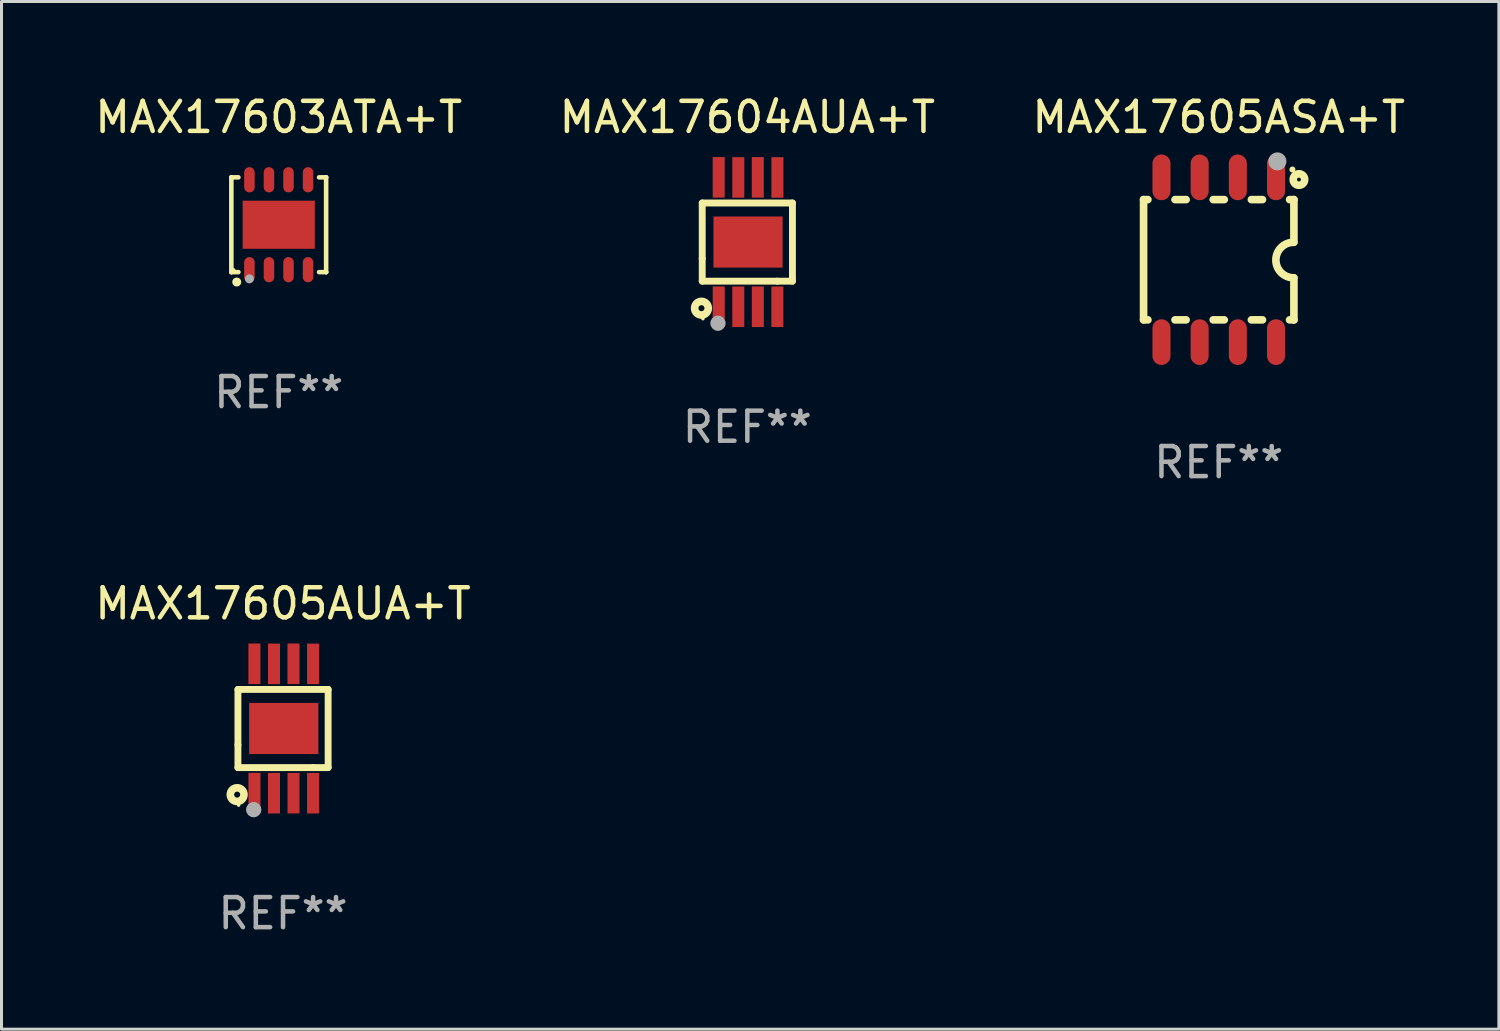
<source format=kicad_pcb>
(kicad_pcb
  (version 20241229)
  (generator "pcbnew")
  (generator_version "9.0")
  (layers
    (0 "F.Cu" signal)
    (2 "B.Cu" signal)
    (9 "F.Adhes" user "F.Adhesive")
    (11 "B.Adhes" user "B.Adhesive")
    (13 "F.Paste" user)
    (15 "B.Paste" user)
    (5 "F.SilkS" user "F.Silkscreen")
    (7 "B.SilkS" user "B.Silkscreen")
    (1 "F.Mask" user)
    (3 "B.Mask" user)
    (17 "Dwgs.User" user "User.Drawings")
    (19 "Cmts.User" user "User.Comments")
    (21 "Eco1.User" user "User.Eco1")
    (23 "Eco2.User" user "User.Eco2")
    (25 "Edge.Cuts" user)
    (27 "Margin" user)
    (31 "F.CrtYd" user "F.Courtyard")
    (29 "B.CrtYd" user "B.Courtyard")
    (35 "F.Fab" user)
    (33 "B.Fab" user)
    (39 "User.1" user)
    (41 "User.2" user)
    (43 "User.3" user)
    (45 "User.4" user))
  (footprint "MAX17605ASA+T"
    (layer "F.Cu")
    (at 37.482 5.588)
    (property "Reference" "MAX17605ASA+T" (at 0 -4.74 0) (layer "F.SilkS") (effects (font (size 1 1) (thickness 0.15))))
    (attr through_hole)
    (fp_line (start -2.5 2) (end -2.5 -2) (stroke (width 0.254) (type solid)) (layer "F.SilkS"))
    (fp_line (start -2.356 -2) (end -2.5 -2) (stroke (width 0.254) (type solid)) (layer "F.SilkS"))
    (fp_line (start -2.356 2) (end -2.5 2) (stroke (width 0.254) (type solid)) (layer "F.SilkS"))
    (fp_line (start -1.086 -2) (end -1.454 -2) (stroke (width 0.254) (type solid)) (layer "F.SilkS"))
    (fp_line (start -1.086 2) (end -1.454 2) (stroke (width 0.254) (type solid)) (layer "F.SilkS"))
    (fp_line (start 0.184 -2) (end -0.184 -2) (stroke (width 0.254) (type solid)) (layer "F.SilkS"))
    (fp_line (start 0.184 2) (end -0.184 2) (stroke (width 0.254) (type solid)) (layer "F.SilkS"))
    (fp_line (start 1.454 -2) (end 1.086 -2) (stroke (width 0.254) (type solid)) (layer "F.SilkS"))
    (fp_line (start 1.454 2) (end 1.086 2) (stroke (width 0.254) (type solid)) (layer "F.SilkS"))
    (fp_line (start 2.5 -2) (end 2.356 -2) (stroke (width 0.254) (type solid)) (layer "F.SilkS"))
    (fp_line (start 2.5 -0.58) (end 2.5 -2) (stroke (width 0.254) (type solid)) (layer "F.SilkS"))
    (fp_line (start 2.5 2) (end 2.356 2) (stroke (width 0.254) (type solid)) (layer "F.SilkS"))
    (fp_line (start 2.5 2) (end 2.5 0.6) (stroke (width 0.254) (type solid)) (layer "F.SilkS"))
    (fp_arc (start 2.489992 0.600051) (mid 1.901674 0.010046) (end 2.489992 -0.579959) (stroke (width 0.254001) (type solid)) (layer "F.SilkS"))
    (fp_circle (center 2.45 -3) (end 2.5 -3) (stroke (width 0.1) (type solid)) (fill no) (layer "F.SilkS"))
    (fp_circle (center 2.667 -2.667) (end 2.858 -2.667) (stroke (width 0.254) (type solid)) (fill no) (layer "F.SilkS"))
    (fp_circle (center 1.95 -3.27) (end 2.1 -3.27) (stroke (width 0.3) (type solid)) (fill no) (layer "F.Fab"))
    (fp_text user "REF**" (at 0 6.74 0) (layer "F.Fab") (effects (font (size 1 1) (thickness 0.15))))
    (pad "1" smd oval (at 1.905 -2.74) (size 0.6 1.52) (layers "F.Cu" "F.Mask" "F.Paste"))
    (pad "2" smd oval (at 0.635 -2.74) (size 0.6 1.52) (layers "F.Cu" "F.Mask" "F.Paste"))
    (pad "3" smd oval (at -0.635 -2.74) (size 0.6 1.52) (layers "F.Cu" "F.Mask" "F.Paste"))
    (pad "4" smd oval (at -1.905 -2.74) (size 0.6 1.52) (layers "F.Cu" "F.Mask" "F.Paste"))
    (pad "5" smd oval (at -1.905 2.74) (size 0.6 1.52) (layers "F.Cu" "F.Mask" "F.Paste"))
    (pad "6" smd oval (at -0.635 2.74) (size 0.6 1.52) (layers "F.Cu" "F.Mask" "F.Paste"))
    (pad "7" smd oval (at 0.635 2.74) (size 0.6 1.52) (layers "F.Cu" "F.Mask" "F.Paste"))
    (pad "8" smd oval (at 1.905 2.74) (size 0.6 1.52) (layers "F.Cu" "F.Mask" "F.Paste")))
  (footprint "MAX17605AUA+T"
    (layer "F.Cu")
    (at 6.363 21.177)
    (property "Reference" "MAX17605AUA+T" (at 0 -4.152 0) (layer "F.SilkS") (effects (font (size 1 1) (thickness 0.15))))
    (attr through_hole)
    (fp_line (start -1.5 1.301) (end 1 1.301) (stroke (width 0.229) (type solid)) (layer "F.SilkS"))
    (fp_line (start -1.5 -1.299) (end -1.5 0.551) (stroke (width 0.229) (type solid)) (layer "F.SilkS"))
    (fp_line (start -1.5 0.551) (end -1.5 1.301) (stroke (width 0.229) (type solid)) (layer "F.SilkS"))
    (fp_line (start 1 1.301) (end 1.5 1.301) (stroke (width 0.229) (type solid)) (layer "F.SilkS"))
    (fp_line (start 1.5 1.301) (end 1.5 -1.299) (stroke (width 0.229) (type solid)) (layer "F.SilkS"))
    (fp_line (start 1.5 -1.299) (end -1.5 -1.299) (stroke (width 0.229) (type solid)) (layer "F.SilkS"))
    (fp_circle (center -1.526 2.2) (end -1.426 2.2) (stroke (width 0.254) (type solid)) (fill no) (layer "F.SilkS"))
    (fp_circle (center -1.476 2.55) (end -1.446 2.55) (stroke (width 0.06) (type solid)) (fill no) (layer "F.SilkS"))
    (fp_circle (center -0.976 2.7) (end -0.849 2.7) (stroke (width 0.254) (type solid)) (fill no) (layer "F.Fab"))
    (fp_text user "REF**" (at 0 6.152 0) (layer "F.Fab") (effects (font (size 1 1) (thickness 0.15))))
    (pad "1" smd rect (at -0.951 2.15) (size 0.4 1.349) (layers "F.Cu" "F.Mask" "F.Paste"))
    (pad "2" smd rect (at -0.301 2.152) (size 0.4 1.349) (layers "F.Cu" "F.Mask" "F.Paste"))
    (pad "3" smd rect (at 0.349 2.151) (size 0.4 1.349) (layers "F.Cu" "F.Mask" "F.Paste"))
    (pad "4" smd rect (at 0.999 2.152) (size 0.4 1.349) (layers "F.Cu" "F.Mask" "F.Paste"))
    (pad "5" smd rect (at 1 -2.149) (size 0.4 1.349) (layers "F.Cu" "F.Mask" "F.Paste"))
    (pad "6" smd rect (at 0.348 -2.152) (size 0.4 1.349) (layers "F.Cu" "F.Mask" "F.Paste"))
    (pad "7" smd rect (at -0.3 -2.149) (size 0.4 1.349) (layers "F.Cu" "F.Mask" "F.Paste"))
    (pad "8" smd rect (at -0.952 -2.152) (size 0.4 1.349) (layers "F.Cu" "F.Mask" "F.Paste"))
    (pad "9" smd rect (at 0.024 0 90) (size 1.7 2.3) (layers "F.Cu" "F.Mask" "F.Paste")))
  (footprint "MAX17603ATA+T"
    (layer "F.Cu")
    (at 6.22 4.424)
    (property "Reference" "MAX17603ATA+T" (at 0 -3.576 0) (layer "F.SilkS") (effects (font (size 1 1) (thickness 0.15))))
    (attr through_hole)
    (fp_line (start -1.576 -1.576) (end -1.576 -1.576) (stroke (width 0.152) (type solid)) (layer "F.SilkS"))
    (fp_line (start -1.576 -1.576) (end -1.341 -1.576) (stroke (width 0.152) (type solid)) (layer "F.SilkS"))
    (fp_line (start -1.576 1.576) (end -1.576 -1.576) (stroke (width 0.152) (type solid)) (layer "F.SilkS"))
    (fp_line (start -1.576 1.576) (end -1.576 1.576) (stroke (width 0.152) (type solid)) (layer "F.SilkS"))
    (fp_line (start -1.341 1.576) (end -1.576 1.576) (stroke (width 0.152) (type solid)) (layer "F.SilkS"))
    (fp_line (start 1.341 1.576) (end 1.576 1.576) (stroke (width 0.152) (type solid)) (layer "F.SilkS"))
    (fp_line (start 1.576 -1.576) (end 1.341 -1.576) (stroke (width 0.152) (type solid)) (layer "F.SilkS"))
    (fp_line (start 1.576 -1.576) (end 1.576 -1.576) (stroke (width 0.152) (type solid)) (layer "F.SilkS"))
    (fp_line (start 1.576 1.576) (end 1.576 -1.576) (stroke (width 0.152) (type solid)) (layer "F.SilkS"))
    (fp_line (start 1.576 1.576) (end 1.576 1.576) (stroke (width 0.152) (type solid)) (layer "F.SilkS"))
    (fp_circle (center -1.5 1.5) (end -1.47 1.5) (stroke (width 0.06) (type solid)) (fill no) (layer "F.SilkS"))
    (fp_circle (center -1.397 1.905) (end -1.322 1.905) (stroke (width 0.15) (type solid)) (fill no) (layer "F.SilkS"))
    (fp_circle (center -0.975 1.8) (end -0.9 1.8) (stroke (width 0.15) (type solid)) (fill no) (layer "F.Fab"))
    (fp_text user "REF**" (at 0 5.576 0) (layer "F.Fab") (effects (font (size 1 1) (thickness 0.15))))
    (pad "1" smd oval (at -0.975 1.495) (size 0.35 0.84) (layers "F.Cu" "F.Mask" "F.Paste"))
    (pad "2" smd oval (at -0.325 1.495) (size 0.35 0.84) (layers "F.Cu" "F.Mask" "F.Paste"))
    (pad "3" smd oval (at 0.325 1.495) (size 0.35 0.84) (layers "F.Cu" "F.Mask" "F.Paste"))
    (pad "4" smd oval (at 0.975 1.495) (size 0.35 0.84) (layers "F.Cu" "F.Mask" "F.Paste"))
    (pad "5" smd oval (at 0.975 -1.495) (size 0.35 0.84) (layers "F.Cu" "F.Mask" "F.Paste"))
    (pad "6" smd oval (at 0.325 -1.495) (size 0.35 0.84) (layers "F.Cu" "F.Mask" "F.Paste"))
    (pad "7" smd oval (at -0.325 -1.495) (size 0.35 0.84) (layers "F.Cu" "F.Mask" "F.Paste"))
    (pad "8" smd oval (at -0.975 -1.495) (size 0.35 0.84) (layers "F.Cu" "F.Mask" "F.Paste"))
    (pad "9" smd rect (at 0 0) (size 2.4 1.6) (layers "F.Cu" "F.Mask" "F.Paste")))
  (footprint "MAX17604AUA+T"
    (layer "F.Cu")
    (at 21.804 5)
    (property "Reference" "MAX17604AUA+T" (at 0 -4.152 0) (layer "F.SilkS") (effects (font (size 1 1) (thickness 0.15))))
    (attr through_hole)
    (fp_line (start -1.5 1.301) (end 1 1.301) (stroke (width 0.229) (type solid)) (layer "F.SilkS"))
    (fp_line (start -1.5 -1.299) (end -1.5 0.551) (stroke (width 0.229) (type solid)) (layer "F.SilkS"))
    (fp_line (start -1.5 0.551) (end -1.5 1.301) (stroke (width 0.229) (type solid)) (layer "F.SilkS"))
    (fp_line (start 1 1.301) (end 1.5 1.301) (stroke (width 0.229) (type solid)) (layer "F.SilkS"))
    (fp_line (start 1.5 1.301) (end 1.5 -1.299) (stroke (width 0.229) (type solid)) (layer "F.SilkS"))
    (fp_line (start 1.5 -1.299) (end -1.5 -1.299) (stroke (width 0.229) (type solid)) (layer "F.SilkS"))
    (fp_circle (center -1.526 2.2) (end -1.426 2.2) (stroke (width 0.254) (type solid)) (fill no) (layer "F.SilkS"))
    (fp_circle (center -1.476 2.55) (end -1.446 2.55) (stroke (width 0.06) (type solid)) (fill no) (layer "F.SilkS"))
    (fp_circle (center -0.976 2.7) (end -0.849 2.7) (stroke (width 0.254) (type solid)) (fill no) (layer "F.Fab"))
    (fp_text user "REF**" (at 0 6.152 0) (layer "F.Fab") (effects (font (size 1 1) (thickness 0.15))))
    (pad "1" smd rect (at -0.951 2.15) (size 0.4 1.349) (layers "F.Cu" "F.Mask" "F.Paste"))
    (pad "2" smd rect (at -0.301 2.152) (size 0.4 1.349) (layers "F.Cu" "F.Mask" "F.Paste"))
    (pad "3" smd rect (at 0.349 2.151) (size 0.4 1.349) (layers "F.Cu" "F.Mask" "F.Paste"))
    (pad "4" smd rect (at 0.999 2.152) (size 0.4 1.349) (layers "F.Cu" "F.Mask" "F.Paste"))
    (pad "5" smd rect (at 1 -2.149) (size 0.4 1.349) (layers "F.Cu" "F.Mask" "F.Paste"))
    (pad "6" smd rect (at 0.348 -2.152) (size 0.4 1.349) (layers "F.Cu" "F.Mask" "F.Paste"))
    (pad "7" smd rect (at -0.3 -2.149) (size 0.4 1.349) (layers "F.Cu" "F.Mask" "F.Paste"))
    (pad "8" smd rect (at -0.952 -2.152) (size 0.4 1.349) (layers "F.Cu" "F.Mask" "F.Paste"))
    (pad "9" smd rect (at 0.024 0 90) (size 1.7 2.3) (layers "F.Cu" "F.Mask" "F.Paste")))
  (gr_rect
    (start -3 -3)
    (end 46.798 31.177)
    (stroke (width 0.1) (type default))
    (fill no)
    (layer "Edge.Cuts")))
</source>
